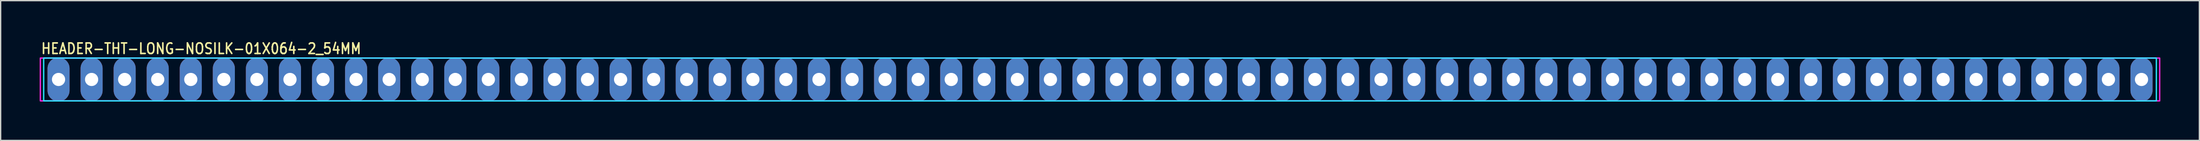
<source format=kicad_pcb>
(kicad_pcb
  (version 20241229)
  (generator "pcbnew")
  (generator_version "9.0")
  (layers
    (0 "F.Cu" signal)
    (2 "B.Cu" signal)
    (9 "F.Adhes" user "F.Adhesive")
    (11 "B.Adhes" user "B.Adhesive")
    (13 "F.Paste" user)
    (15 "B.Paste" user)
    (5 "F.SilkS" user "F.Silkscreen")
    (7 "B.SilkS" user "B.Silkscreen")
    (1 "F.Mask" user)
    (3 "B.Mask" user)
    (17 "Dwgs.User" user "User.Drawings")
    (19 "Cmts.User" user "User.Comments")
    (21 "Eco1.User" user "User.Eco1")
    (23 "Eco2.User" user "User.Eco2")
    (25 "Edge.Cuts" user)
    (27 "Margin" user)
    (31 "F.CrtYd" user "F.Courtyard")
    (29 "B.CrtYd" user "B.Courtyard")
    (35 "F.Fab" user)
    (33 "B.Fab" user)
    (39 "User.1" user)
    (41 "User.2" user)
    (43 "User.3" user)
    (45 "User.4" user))
  (footprint "HEADER-THT-LONG-NOSILK-01X064-2_54MM"
    (layer "F.Cu")
    (at 1.447 3.079)
    (property "Reference" "HEADER-THT-LONG-NOSILK-01X064-2_54MM" (at -1.4 -1.9 0) (unlocked yes) (layer "F.SilkS") (effects (font (size 0.813 0.695) (thickness 0.122)) (justify left bottom)))
    (fp_poly (pts (xy -1.143 -1.651) (xy 161.163 -1.651) (xy 161.163 1.651) (xy -1.143 1.651)) (stroke (width 0.1) (type solid)) (fill no) (layer "B.CrtYd"))
    (fp_poly (pts (xy -1.397 -1.651) (xy 161.417 -1.651) (xy 161.417 1.651) (xy -1.397 1.651)) (stroke (width 0.1) (type solid)) (fill no) (layer "F.CrtYd"))
    (pad "1" thru_hole oval (at 0 0 90) (size 3.387 1.693) (drill 1.016) (layers "*.Cu" "*.Mask"))
    (pad "2" thru_hole oval (at 2.54 0 90) (size 3.387 1.693) (drill 1.016) (layers "*.Cu" "*.Mask"))
    (pad "3" thru_hole oval (at 5.08 0 90) (size 3.387 1.693) (drill 1.016) (layers "*.Cu" "*.Mask"))
    (pad "4" thru_hole oval (at 7.62 0 90) (size 3.387 1.693) (drill 1.016) (layers "*.Cu" "*.Mask"))
    (pad "5" thru_hole oval (at 10.16 0 90) (size 3.387 1.693) (drill 1.016) (layers "*.Cu" "*.Mask"))
    (pad "6" thru_hole oval (at 12.7 0 90) (size 3.387 1.693) (drill 1.016) (layers "*.Cu" "*.Mask"))
    (pad "7" thru_hole oval (at 15.24 0 90) (size 3.387 1.693) (drill 1.016) (layers "*.Cu" "*.Mask"))
    (pad "8" thru_hole oval (at 17.78 0 90) (size 3.387 1.693) (drill 1.016) (layers "*.Cu" "*.Mask"))
    (pad "9" thru_hole oval (at 20.32 0 90) (size 3.387 1.693) (drill 1.016) (layers "*.Cu" "*.Mask"))
    (pad "10" thru_hole oval (at 22.86 0 90) (size 3.387 1.693) (drill 1.016) (layers "*.Cu" "*.Mask"))
    (pad "11" thru_hole oval (at 25.4 0 90) (size 3.387 1.693) (drill 1.016) (layers "*.Cu" "*.Mask"))
    (pad "12" thru_hole oval (at 27.94 0 90) (size 3.387 1.693) (drill 1.016) (layers "*.Cu" "*.Mask"))
    (pad "13" thru_hole oval (at 30.48 0 90) (size 3.387 1.693) (drill 1.016) (layers "*.Cu" "*.Mask"))
    (pad "14" thru_hole oval (at 33.02 0 90) (size 3.387 1.693) (drill 1.016) (layers "*.Cu" "*.Mask"))
    (pad "15" thru_hole oval (at 35.56 0 90) (size 3.387 1.693) (drill 1.016) (layers "*.Cu" "*.Mask"))
    (pad "16" thru_hole oval (at 38.1 0 90) (size 3.387 1.693) (drill 1.016) (layers "*.Cu" "*.Mask"))
    (pad "17" thru_hole oval (at 40.64 0 90) (size 3.387 1.693) (drill 1.016) (layers "*.Cu" "*.Mask"))
    (pad "18" thru_hole oval (at 43.18 0 90) (size 3.387 1.693) (drill 1.016) (layers "*.Cu" "*.Mask"))
    (pad "19" thru_hole oval (at 45.72 0 90) (size 3.387 1.693) (drill 1.016) (layers "*.Cu" "*.Mask"))
    (pad "20" thru_hole oval (at 48.26 0 90) (size 3.387 1.693) (drill 1.016) (layers "*.Cu" "*.Mask"))
    (pad "21" thru_hole oval (at 50.8 0 90) (size 3.387 1.693) (drill 1.016) (layers "*.Cu" "*.Mask"))
    (pad "22" thru_hole oval (at 53.34 0 90) (size 3.387 1.693) (drill 1.016) (layers "*.Cu" "*.Mask"))
    (pad "23" thru_hole oval (at 55.88 0 90) (size 3.387 1.693) (drill 1.016) (layers "*.Cu" "*.Mask"))
    (pad "24" thru_hole oval (at 58.42 0 90) (size 3.387 1.693) (drill 1.016) (layers "*.Cu" "*.Mask"))
    (pad "25" thru_hole oval (at 60.96 0 90) (size 3.387 1.693) (drill 1.016) (layers "*.Cu" "*.Mask"))
    (pad "26" thru_hole oval (at 63.5 0 90) (size 3.387 1.693) (drill 1.016) (layers "*.Cu" "*.Mask"))
    (pad "27" thru_hole oval (at 66.04 0 90) (size 3.387 1.693) (drill 1.016) (layers "*.Cu" "*.Mask"))
    (pad "28" thru_hole oval (at 68.58 0 90) (size 3.387 1.693) (drill 1.016) (layers "*.Cu" "*.Mask"))
    (pad "29" thru_hole oval (at 71.12 0 90) (size 3.387 1.693) (drill 1.016) (layers "*.Cu" "*.Mask"))
    (pad "30" thru_hole oval (at 73.66 0 90) (size 3.387 1.693) (drill 1.016) (layers "*.Cu" "*.Mask"))
    (pad "31" thru_hole oval (at 76.2 0 90) (size 3.387 1.693) (drill 1.016) (layers "*.Cu" "*.Mask"))
    (pad "32" thru_hole oval (at 78.74 0 90) (size 3.387 1.693) (drill 1.016) (layers "*.Cu" "*.Mask"))
    (pad "33" thru_hole oval (at 81.28 0 90) (size 3.387 1.693) (drill 1.016) (layers "*.Cu" "*.Mask"))
    (pad "34" thru_hole oval (at 83.82 0 90) (size 3.387 1.693) (drill 1.016) (layers "*.Cu" "*.Mask"))
    (pad "35" thru_hole oval (at 86.36 0 90) (size 3.387 1.693) (drill 1.016) (layers "*.Cu" "*.Mask"))
    (pad "36" thru_hole oval (at 88.9 0 90) (size 3.387 1.693) (drill 1.016) (layers "*.Cu" "*.Mask"))
    (pad "37" thru_hole oval (at 91.44 0 90) (size 3.387 1.693) (drill 1.016) (layers "*.Cu" "*.Mask"))
    (pad "38" thru_hole oval (at 93.98 0 90) (size 3.387 1.693) (drill 1.016) (layers "*.Cu" "*.Mask"))
    (pad "39" thru_hole oval (at 96.52 0 90) (size 3.387 1.693) (drill 1.016) (layers "*.Cu" "*.Mask"))
    (pad "40" thru_hole oval (at 99.06 0 90) (size 3.387 1.693) (drill 1.016) (layers "*.Cu" "*.Mask"))
    (pad "41" thru_hole oval (at 101.6 0 90) (size 3.387 1.693) (drill 1.016) (layers "*.Cu" "*.Mask"))
    (pad "42" thru_hole oval (at 104.14 0 90) (size 3.387 1.693) (drill 1.016) (layers "*.Cu" "*.Mask"))
    (pad "43" thru_hole oval (at 106.68 0 90) (size 3.387 1.693) (drill 1.016) (layers "*.Cu" "*.Mask"))
    (pad "44" thru_hole oval (at 109.22 0 90) (size 3.387 1.693) (drill 1.016) (layers "*.Cu" "*.Mask"))
    (pad "45" thru_hole oval (at 111.76 0 90) (size 3.387 1.693) (drill 1.016) (layers "*.Cu" "*.Mask"))
    (pad "46" thru_hole oval (at 114.3 0 90) (size 3.387 1.693) (drill 1.016) (layers "*.Cu" "*.Mask"))
    (pad "47" thru_hole oval (at 116.84 0 90) (size 3.387 1.693) (drill 1.016) (layers "*.Cu" "*.Mask"))
    (pad "48" thru_hole oval (at 119.38 0 90) (size 3.387 1.693) (drill 1.016) (layers "*.Cu" "*.Mask"))
    (pad "49" thru_hole oval (at 121.92 0 90) (size 3.387 1.693) (drill 1.016) (layers "*.Cu" "*.Mask"))
    (pad "50" thru_hole oval (at 124.46 0 90) (size 3.387 1.693) (drill 1.016) (layers "*.Cu" "*.Mask"))
    (pad "51" thru_hole oval (at 127 0 90) (size 3.387 1.693) (drill 1.016) (layers "*.Cu" "*.Mask"))
    (pad "52" thru_hole oval (at 129.54 0 90) (size 3.387 1.693) (drill 1.016) (layers "*.Cu" "*.Mask"))
    (pad "53" thru_hole oval (at 132.08 0 90) (size 3.387 1.693) (drill 1.016) (layers "*.Cu" "*.Mask"))
    (pad "54" thru_hole oval (at 134.62 0 90) (size 3.387 1.693) (drill 1.016) (layers "*.Cu" "*.Mask"))
    (pad "55" thru_hole oval (at 137.16 0 90) (size 3.387 1.693) (drill 1.016) (layers "*.Cu" "*.Mask"))
    (pad "56" thru_hole oval (at 139.7 0 90) (size 3.387 1.693) (drill 1.016) (layers "*.Cu" "*.Mask"))
    (pad "57" thru_hole oval (at 142.24 0 90) (size 3.387 1.693) (drill 1.016) (layers "*.Cu" "*.Mask"))
    (pad "58" thru_hole oval (at 144.78 0 90) (size 3.387 1.693) (drill 1.016) (layers "*.Cu" "*.Mask"))
    (pad "59" thru_hole oval (at 147.32 0 90) (size 3.387 1.693) (drill 1.016) (layers "*.Cu" "*.Mask"))
    (pad "60" thru_hole oval (at 149.86 0 90) (size 3.387 1.693) (drill 1.016) (layers "*.Cu" "*.Mask"))
    (pad "61" thru_hole oval (at 152.4 0 90) (size 3.387 1.693) (drill 1.016) (layers "*.Cu" "*.Mask"))
    (pad "62" thru_hole oval (at 154.94 0 90) (size 3.387 1.693) (drill 1.016) (layers "*.Cu" "*.Mask"))
    (pad "63" thru_hole oval (at 157.48 0 90) (size 3.387 1.693) (drill 1.016) (layers "*.Cu" "*.Mask"))
    (pad "64" thru_hole oval (at 160.02 0 90) (size 3.387 1.693) (drill 1.016) (layers "*.Cu" "*.Mask")))
  (gr_rect
    (start -3 -3)
    (end 165.914 7.78)
    (stroke (width 0.1) (type default))
    (fill no)
    (layer "Edge.Cuts")))
</source>
